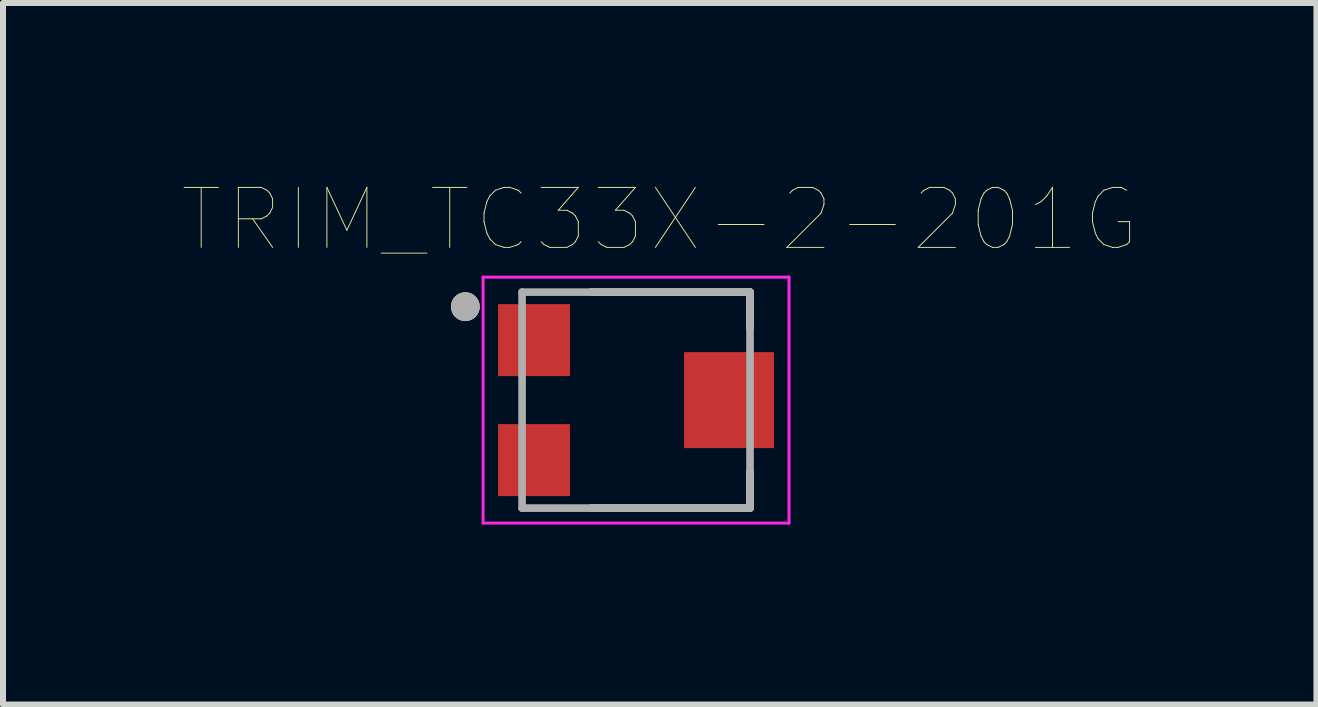
<source format=kicad_pcb>
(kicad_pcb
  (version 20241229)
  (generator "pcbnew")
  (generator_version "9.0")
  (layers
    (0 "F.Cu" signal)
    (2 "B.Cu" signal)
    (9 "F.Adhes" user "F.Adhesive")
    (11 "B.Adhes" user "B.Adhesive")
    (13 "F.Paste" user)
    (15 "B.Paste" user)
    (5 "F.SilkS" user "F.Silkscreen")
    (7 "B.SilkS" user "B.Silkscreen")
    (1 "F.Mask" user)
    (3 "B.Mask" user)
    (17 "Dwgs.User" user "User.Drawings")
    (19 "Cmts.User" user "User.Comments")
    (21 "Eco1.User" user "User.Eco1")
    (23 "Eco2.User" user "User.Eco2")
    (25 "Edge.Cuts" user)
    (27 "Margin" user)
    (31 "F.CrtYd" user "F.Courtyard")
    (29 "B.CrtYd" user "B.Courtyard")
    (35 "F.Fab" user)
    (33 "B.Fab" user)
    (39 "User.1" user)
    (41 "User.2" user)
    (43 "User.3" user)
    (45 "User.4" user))
  (footprint "TRIM_TC33X-2-201G"
    (layer "F.Cu")
    (at 7.653 3.62)
    (property "Reference" "TRIM_TC33X-2-201G" (at 0.294 -3.008 0) (layer "F.SilkS") (effects (font (size 1 1) (thickness 0.015))))
    (attr through_hole)
    (fp_line (start -0.85 -1.8) (end 1.8 -1.8) (stroke (width 0.127) (type solid)) (layer "F.SilkS"))
    (fp_line (start -0.85 1.8) (end 1.8 1.8) (stroke (width 0.127) (type solid)) (layer "F.SilkS"))
    (fp_line (start 1.8 -1.8) (end 1.8 -1.2) (stroke (width 0.127) (type solid)) (layer "F.SilkS"))
    (fp_line (start 1.8 1.8) (end 1.8 1.2) (stroke (width 0.127) (type solid)) (layer "F.SilkS"))
    (fp_circle (center -2.946 -1.558) (end -2.826 -1.558) (stroke (width 0.24) (type solid)) (fill no) (layer "F.SilkS"))
    (fp_line (start -2.65 -2.05) (end 2.45 -2.05) (stroke (width 0.05) (type solid)) (layer "F.CrtYd"))
    (fp_line (start -2.65 2.05) (end -2.65 -2.05) (stroke (width 0.05) (type solid)) (layer "F.CrtYd"))
    (fp_line (start 2.45 -2.05) (end 2.45 2.05) (stroke (width 0.05) (type solid)) (layer "F.CrtYd"))
    (fp_line (start 2.45 2.05) (end -2.65 2.05) (stroke (width 0.05) (type solid)) (layer "F.CrtYd"))
    (fp_line (start -2 -1.8) (end 1.8 -1.8) (stroke (width 0.127) (type solid)) (layer "F.Fab"))
    (fp_line (start -2 1.8) (end -2 -1.8) (stroke (width 0.127) (type solid)) (layer "F.Fab"))
    (fp_line (start 1.8 -1.8) (end 1.8 1.8) (stroke (width 0.127) (type solid)) (layer "F.Fab"))
    (fp_line (start 1.8 1.8) (end -2 1.8) (stroke (width 0.127) (type solid)) (layer "F.Fab"))
    (fp_circle (center -2.946 -1.558) (end -2.826 -1.558) (stroke (width 0.24) (type solid)) (fill no) (layer "F.Fab"))
    (pad "1" smd rect (at -1.8 -1) (size 1.2 1.2) (layers "F.Cu" "F.Mask" "F.Paste"))
    (pad "2" smd rect (at 1.45 0) (size 1.5 1.6) (layers "F.Cu" "F.Mask" "F.Paste"))
    (pad "3" smd rect (at -1.8 1) (size 1.2 1.2) (layers "F.Cu" "F.Mask" "F.Paste")))
  (gr_rect
    (start -3 -3)
    (end 18.895 8.695)
    (stroke (width 0.1) (type default))
    (fill no)
    (layer "Edge.Cuts")))
</source>
